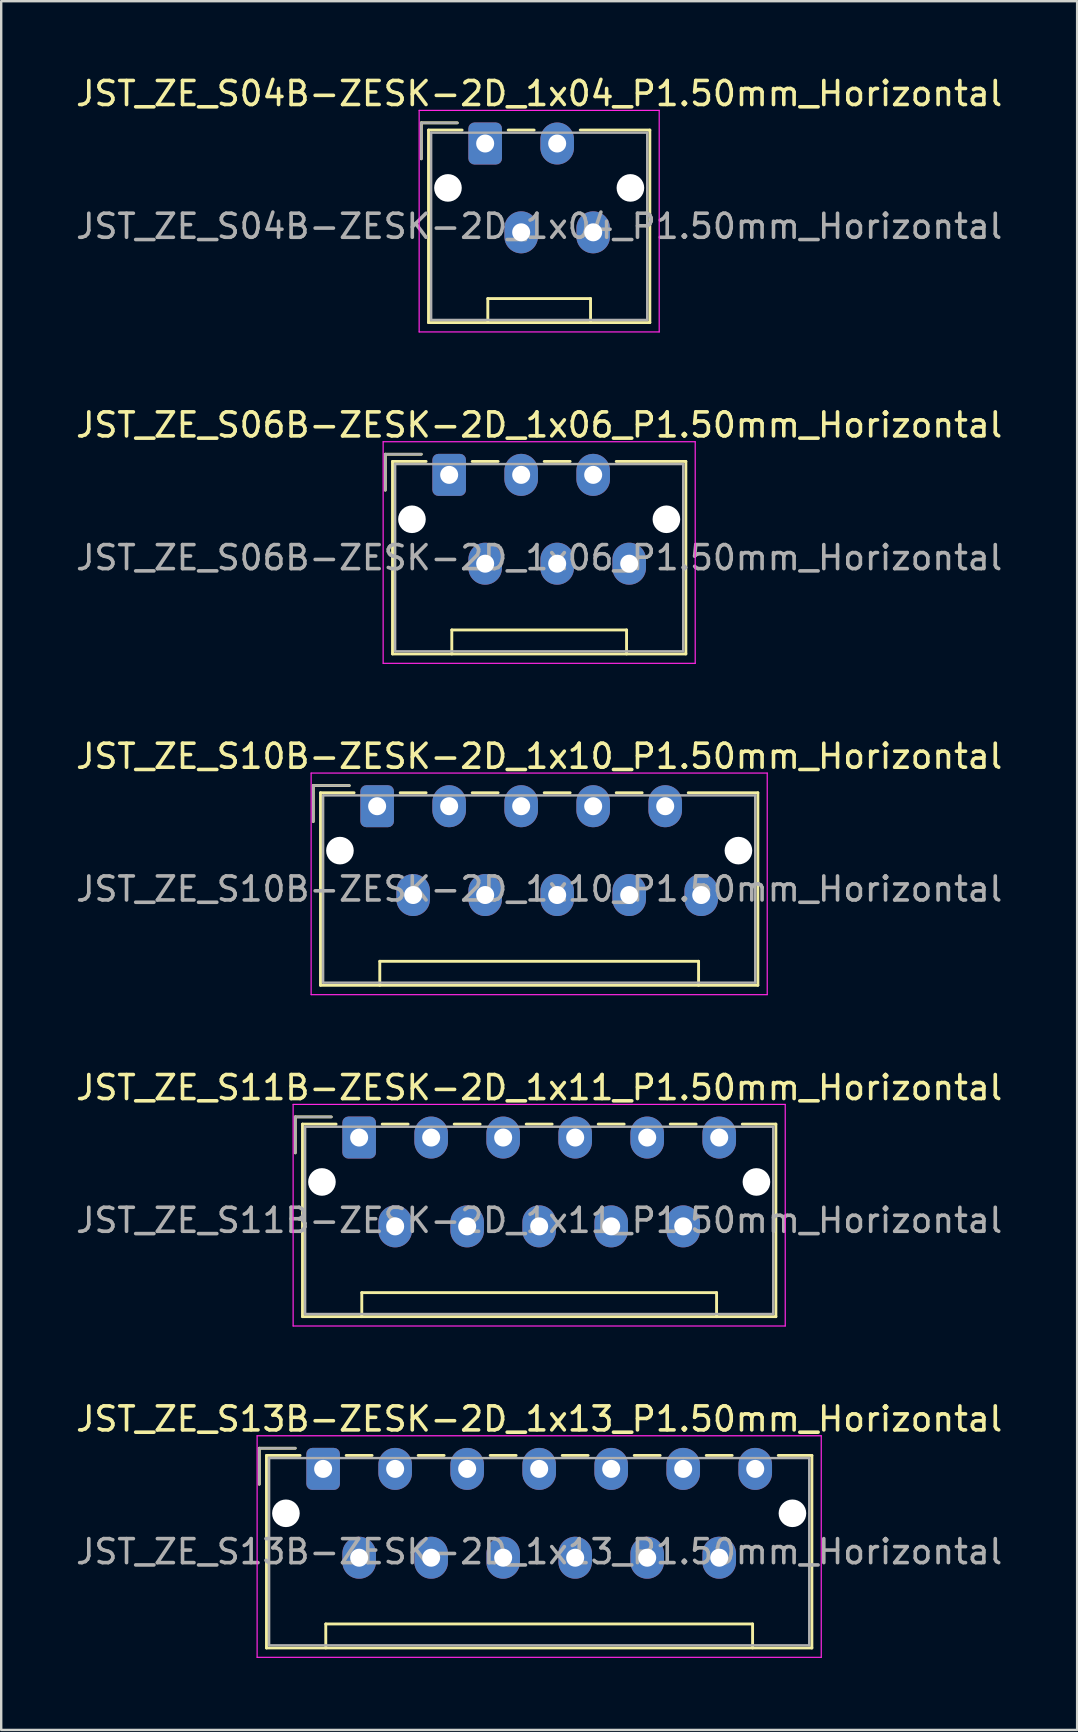
<source format=kicad_pcb>
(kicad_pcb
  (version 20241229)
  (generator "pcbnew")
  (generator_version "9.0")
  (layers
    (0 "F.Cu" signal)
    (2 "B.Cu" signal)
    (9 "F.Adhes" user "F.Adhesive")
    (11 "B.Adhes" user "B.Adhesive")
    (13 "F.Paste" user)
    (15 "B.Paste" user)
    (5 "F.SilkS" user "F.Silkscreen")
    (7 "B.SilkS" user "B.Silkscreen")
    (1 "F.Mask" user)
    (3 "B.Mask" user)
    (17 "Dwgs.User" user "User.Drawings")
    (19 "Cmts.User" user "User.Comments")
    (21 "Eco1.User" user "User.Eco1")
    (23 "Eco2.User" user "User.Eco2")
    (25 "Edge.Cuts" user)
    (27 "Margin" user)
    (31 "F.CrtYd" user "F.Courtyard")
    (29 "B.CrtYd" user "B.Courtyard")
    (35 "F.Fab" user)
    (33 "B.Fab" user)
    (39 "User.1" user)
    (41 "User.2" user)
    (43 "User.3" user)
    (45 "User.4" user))
  (footprint "JST_ZE_S13B-ZESK-2D_1x13_P1.50mm_Horizontal"
    (layer "F.Cu")
    (at 10.411 58.141)
    (property "Reference" "JST_ZE_S13B-ZESK-2D_1x13_P1.50mm_Horizontal" (at 9 -2.08 0) (layer "F.SilkS") (effects (font (size 1 1) (thickness 0.15))))
    (attr through_hole)
    (fp_line (start -2.66 -0.86) (end -1.16 -0.86) (stroke (width 0.12) (type solid)) (layer "F.SilkS"))
    (fp_line (start -2.66 0.64) (end -2.66 -0.86) (stroke (width 0.12) (type solid)) (layer "F.SilkS"))
    (fp_line (start -2.36 -0.56) (end -2.36 7.46) (stroke (width 0.12) (type solid)) (layer "F.SilkS"))
    (fp_line (start -2.36 7.46) (end 20.36 7.46) (stroke (width 0.12) (type solid)) (layer "F.SilkS"))
    (fp_line (start -0.96 -0.56) (end -2.36 -0.56) (stroke (width 0.12) (type solid)) (layer "F.SilkS"))
    (fp_line (start 0.11 6.46) (end 17.89 6.46) (stroke (width 0.12) (type solid)) (layer "F.SilkS"))
    (fp_line (start 0.11 7.46) (end 0.11 6.46) (stroke (width 0.12) (type solid)) (layer "F.SilkS"))
    (fp_line (start 0.96 -0.56) (end 2.04 -0.56) (stroke (width 0.12) (type solid)) (layer "F.SilkS"))
    (fp_line (start 3.96 -0.56) (end 5.04 -0.56) (stroke (width 0.12) (type solid)) (layer "F.SilkS"))
    (fp_line (start 6.96 -0.56) (end 8.04 -0.56) (stroke (width 0.12) (type solid)) (layer "F.SilkS"))
    (fp_line (start 9.96 -0.56) (end 11.04 -0.56) (stroke (width 0.12) (type solid)) (layer "F.SilkS"))
    (fp_line (start 12.96 -0.56) (end 14.04 -0.56) (stroke (width 0.12) (type solid)) (layer "F.SilkS"))
    (fp_line (start 15.96 -0.56) (end 17.04 -0.56) (stroke (width 0.12) (type solid)) (layer "F.SilkS"))
    (fp_line (start 17.89 6.46) (end 17.89 7.46) (stroke (width 0.12) (type solid)) (layer "F.SilkS"))
    (fp_line (start 20.36 -0.56) (end 18.96 -0.56) (stroke (width 0.12) (type solid)) (layer "F.SilkS"))
    (fp_line (start 20.36 7.46) (end 20.36 -0.56) (stroke (width 0.12) (type solid)) (layer "F.SilkS"))
    (fp_line (start -2.75 -1.38) (end -2.75 7.85) (stroke (width 0.05) (type solid)) (layer "F.CrtYd"))
    (fp_line (start -2.75 7.85) (end 20.75 7.85) (stroke (width 0.05) (type solid)) (layer "F.CrtYd"))
    (fp_line (start 20.75 -1.38) (end -2.75 -1.38) (stroke (width 0.05) (type solid)) (layer "F.CrtYd"))
    (fp_line (start 20.75 7.85) (end 20.75 -1.38) (stroke (width 0.05) (type solid)) (layer "F.CrtYd"))
    (fp_line (start -2.66 -0.86) (end -1.16 -0.86) (stroke (width 0.1) (type solid)) (layer "F.Fab"))
    (fp_line (start -2.66 0.64) (end -2.66 -0.86) (stroke (width 0.1) (type solid)) (layer "F.Fab"))
    (fp_line (start -2.25 -0.45) (end -2.25 7.35) (stroke (width 0.1) (type solid)) (layer "F.Fab"))
    (fp_line (start -2.25 7.35) (end 20.25 7.35) (stroke (width 0.1) (type solid)) (layer "F.Fab"))
    (fp_line (start 20.25 -0.45) (end -2.25 -0.45) (stroke (width 0.1) (type solid)) (layer "F.Fab"))
    (fp_line (start 20.25 7.35) (end 20.25 -0.45) (stroke (width 0.1) (type solid)) (layer "F.Fab"))
    (fp_text user "${REFERENCE}" (at 9 3.45 0) (layer "F.Fab") (effects (font (size 1 1) (thickness 0.15))))
    (pad "" np_thru_hole circle (at -1.55 1.85) (size 1.15 1.15) (drill 1.15) (layers "*.Cu" "*.Mask"))
    (pad "" np_thru_hole circle (at 19.55 1.85) (size 1.15 1.15) (drill 1.15) (layers "*.Cu" "*.Mask"))
    (pad "1" thru_hole roundrect (at 0 0) (size 1.4 1.75) (drill 0.75) (layers "*.Cu" "*.Mask") (roundrect_rratio 0.179))
    (pad "2" thru_hole oval (at 1.5 3.7) (size 1.4 1.75) (drill 0.75) (layers "*.Cu" "*.Mask"))
    (pad "3" thru_hole oval (at 3 0) (size 1.4 1.75) (drill 0.75) (layers "*.Cu" "*.Mask"))
    (pad "4" thru_hole oval (at 4.5 3.7) (size 1.4 1.75) (drill 0.75) (layers "*.Cu" "*.Mask"))
    (pad "5" thru_hole oval (at 6 0) (size 1.4 1.75) (drill 0.75) (layers "*.Cu" "*.Mask"))
    (pad "6" thru_hole oval (at 7.5 3.7) (size 1.4 1.75) (drill 0.75) (layers "*.Cu" "*.Mask"))
    (pad "7" thru_hole oval (at 9 0) (size 1.4 1.75) (drill 0.75) (layers "*.Cu" "*.Mask"))
    (pad "8" thru_hole oval (at 10.5 3.7) (size 1.4 1.75) (drill 0.75) (layers "*.Cu" "*.Mask"))
    (pad "9" thru_hole oval (at 12 0) (size 1.4 1.75) (drill 0.75) (layers "*.Cu" "*.Mask"))
    (pad "10" thru_hole oval (at 13.5 3.7) (size 1.4 1.75) (drill 0.75) (layers "*.Cu" "*.Mask"))
    (pad "11" thru_hole oval (at 15 0) (size 1.4 1.75) (drill 0.75) (layers "*.Cu" "*.Mask"))
    (pad "12" thru_hole oval (at 16.5 3.7) (size 1.4 1.75) (drill 0.75) (layers "*.Cu" "*.Mask"))
    (pad "13" thru_hole oval (at 18 0) (size 1.4 1.75) (drill 0.75) (layers "*.Cu" "*.Mask")))
  (footprint "JST_ZE_S11B-ZESK-2D_1x11_P1.50mm_Horizontal"
    (layer "F.Cu")
    (at 11.911 44.338)
    (property "Reference" "JST_ZE_S11B-ZESK-2D_1x11_P1.50mm_Horizontal" (at 7.5 -2.08 0) (layer "F.SilkS") (effects (font (size 1 1) (thickness 0.15))))
    (attr through_hole)
    (fp_line (start -2.66 -0.86) (end -1.16 -0.86) (stroke (width 0.12) (type solid)) (layer "F.SilkS"))
    (fp_line (start -2.66 0.64) (end -2.66 -0.86) (stroke (width 0.12) (type solid)) (layer "F.SilkS"))
    (fp_line (start -2.36 -0.56) (end -2.36 7.46) (stroke (width 0.12) (type solid)) (layer "F.SilkS"))
    (fp_line (start -2.36 7.46) (end 17.36 7.46) (stroke (width 0.12) (type solid)) (layer "F.SilkS"))
    (fp_line (start -0.96 -0.56) (end -2.36 -0.56) (stroke (width 0.12) (type solid)) (layer "F.SilkS"))
    (fp_line (start 0.11 6.46) (end 14.89 6.46) (stroke (width 0.12) (type solid)) (layer "F.SilkS"))
    (fp_line (start 0.11 7.46) (end 0.11 6.46) (stroke (width 0.12) (type solid)) (layer "F.SilkS"))
    (fp_line (start 0.96 -0.56) (end 2.04 -0.56) (stroke (width 0.12) (type solid)) (layer "F.SilkS"))
    (fp_line (start 3.96 -0.56) (end 5.04 -0.56) (stroke (width 0.12) (type solid)) (layer "F.SilkS"))
    (fp_line (start 6.96 -0.56) (end 8.04 -0.56) (stroke (width 0.12) (type solid)) (layer "F.SilkS"))
    (fp_line (start 9.96 -0.56) (end 11.04 -0.56) (stroke (width 0.12) (type solid)) (layer "F.SilkS"))
    (fp_line (start 12.96 -0.56) (end 14.04 -0.56) (stroke (width 0.12) (type solid)) (layer "F.SilkS"))
    (fp_line (start 14.89 6.46) (end 14.89 7.46) (stroke (width 0.12) (type solid)) (layer "F.SilkS"))
    (fp_line (start 17.36 -0.56) (end 15.96 -0.56) (stroke (width 0.12) (type solid)) (layer "F.SilkS"))
    (fp_line (start 17.36 7.46) (end 17.36 -0.56) (stroke (width 0.12) (type solid)) (layer "F.SilkS"))
    (fp_line (start -2.75 -1.38) (end -2.75 7.85) (stroke (width 0.05) (type solid)) (layer "F.CrtYd"))
    (fp_line (start -2.75 7.85) (end 17.75 7.85) (stroke (width 0.05) (type solid)) (layer "F.CrtYd"))
    (fp_line (start 17.75 -1.38) (end -2.75 -1.38) (stroke (width 0.05) (type solid)) (layer "F.CrtYd"))
    (fp_line (start 17.75 7.85) (end 17.75 -1.38) (stroke (width 0.05) (type solid)) (layer "F.CrtYd"))
    (fp_line (start -2.66 -0.86) (end -1.16 -0.86) (stroke (width 0.1) (type solid)) (layer "F.Fab"))
    (fp_line (start -2.66 0.64) (end -2.66 -0.86) (stroke (width 0.1) (type solid)) (layer "F.Fab"))
    (fp_line (start -2.25 -0.45) (end -2.25 7.35) (stroke (width 0.1) (type solid)) (layer "F.Fab"))
    (fp_line (start -2.25 7.35) (end 17.25 7.35) (stroke (width 0.1) (type solid)) (layer "F.Fab"))
    (fp_line (start 17.25 -0.45) (end -2.25 -0.45) (stroke (width 0.1) (type solid)) (layer "F.Fab"))
    (fp_line (start 17.25 7.35) (end 17.25 -0.45) (stroke (width 0.1) (type solid)) (layer "F.Fab"))
    (fp_text user "${REFERENCE}" (at 7.5 3.45 0) (layer "F.Fab") (effects (font (size 1 1) (thickness 0.15))))
    (pad "" np_thru_hole circle (at -1.55 1.85) (size 1.15 1.15) (drill 1.15) (layers "*.Cu" "*.Mask"))
    (pad "" np_thru_hole circle (at 16.55 1.85) (size 1.15 1.15) (drill 1.15) (layers "*.Cu" "*.Mask"))
    (pad "1" thru_hole roundrect (at 0 0) (size 1.4 1.75) (drill 0.75) (layers "*.Cu" "*.Mask") (roundrect_rratio 0.179))
    (pad "2" thru_hole oval (at 1.5 3.7) (size 1.4 1.75) (drill 0.75) (layers "*.Cu" "*.Mask"))
    (pad "3" thru_hole oval (at 3 0) (size 1.4 1.75) (drill 0.75) (layers "*.Cu" "*.Mask"))
    (pad "4" thru_hole oval (at 4.5 3.7) (size 1.4 1.75) (drill 0.75) (layers "*.Cu" "*.Mask"))
    (pad "5" thru_hole oval (at 6 0) (size 1.4 1.75) (drill 0.75) (layers "*.Cu" "*.Mask"))
    (pad "6" thru_hole oval (at 7.5 3.7) (size 1.4 1.75) (drill 0.75) (layers "*.Cu" "*.Mask"))
    (pad "7" thru_hole oval (at 9 0) (size 1.4 1.75) (drill 0.75) (layers "*.Cu" "*.Mask"))
    (pad "8" thru_hole oval (at 10.5 3.7) (size 1.4 1.75) (drill 0.75) (layers "*.Cu" "*.Mask"))
    (pad "9" thru_hole oval (at 12 0) (size 1.4 1.75) (drill 0.75) (layers "*.Cu" "*.Mask"))
    (pad "10" thru_hole oval (at 13.5 3.7) (size 1.4 1.75) (drill 0.75) (layers "*.Cu" "*.Mask"))
    (pad "11" thru_hole oval (at 15 0) (size 1.4 1.75) (drill 0.75) (layers "*.Cu" "*.Mask")))
  (footprint "JST_ZE_S06B-ZESK-2D_1x06_P1.50mm_Horizontal"
    (layer "F.Cu")
    (at 15.661 16.732)
    (property "Reference" "JST_ZE_S06B-ZESK-2D_1x06_P1.50mm_Horizontal" (at 3.75 -2.08 0) (layer "F.SilkS") (effects (font (size 1 1) (thickness 0.15))))
    (attr through_hole)
    (fp_line (start -2.66 -0.86) (end -1.16 -0.86) (stroke (width 0.12) (type solid)) (layer "F.SilkS"))
    (fp_line (start -2.66 0.64) (end -2.66 -0.86) (stroke (width 0.12) (type solid)) (layer "F.SilkS"))
    (fp_line (start -2.36 -0.56) (end -2.36 7.46) (stroke (width 0.12) (type solid)) (layer "F.SilkS"))
    (fp_line (start -2.36 7.46) (end 9.86 7.46) (stroke (width 0.12) (type solid)) (layer "F.SilkS"))
    (fp_line (start -0.96 -0.56) (end -2.36 -0.56) (stroke (width 0.12) (type solid)) (layer "F.SilkS"))
    (fp_line (start 0.11 6.46) (end 7.39 6.46) (stroke (width 0.12) (type solid)) (layer "F.SilkS"))
    (fp_line (start 0.11 7.46) (end 0.11 6.46) (stroke (width 0.12) (type solid)) (layer "F.SilkS"))
    (fp_line (start 0.96 -0.56) (end 2.04 -0.56) (stroke (width 0.12) (type solid)) (layer "F.SilkS"))
    (fp_line (start 3.96 -0.56) (end 5.04 -0.56) (stroke (width 0.12) (type solid)) (layer "F.SilkS"))
    (fp_line (start 7.39 6.46) (end 7.39 7.46) (stroke (width 0.12) (type solid)) (layer "F.SilkS"))
    (fp_line (start 9.86 -0.56) (end 6.96 -0.56) (stroke (width 0.12) (type solid)) (layer "F.SilkS"))
    (fp_line (start 9.86 7.46) (end 9.86 -0.56) (stroke (width 0.12) (type solid)) (layer "F.SilkS"))
    (fp_line (start -2.75 -1.38) (end -2.75 7.85) (stroke (width 0.05) (type solid)) (layer "F.CrtYd"))
    (fp_line (start -2.75 7.85) (end 10.25 7.85) (stroke (width 0.05) (type solid)) (layer "F.CrtYd"))
    (fp_line (start 10.25 -1.38) (end -2.75 -1.38) (stroke (width 0.05) (type solid)) (layer "F.CrtYd"))
    (fp_line (start 10.25 7.85) (end 10.25 -1.38) (stroke (width 0.05) (type solid)) (layer "F.CrtYd"))
    (fp_line (start -2.66 -0.86) (end -1.16 -0.86) (stroke (width 0.1) (type solid)) (layer "F.Fab"))
    (fp_line (start -2.66 0.64) (end -2.66 -0.86) (stroke (width 0.1) (type solid)) (layer "F.Fab"))
    (fp_line (start -2.25 -0.45) (end -2.25 7.35) (stroke (width 0.1) (type solid)) (layer "F.Fab"))
    (fp_line (start -2.25 7.35) (end 9.75 7.35) (stroke (width 0.1) (type solid)) (layer "F.Fab"))
    (fp_line (start 9.75 -0.45) (end -2.25 -0.45) (stroke (width 0.1) (type solid)) (layer "F.Fab"))
    (fp_line (start 9.75 7.35) (end 9.75 -0.45) (stroke (width 0.1) (type solid)) (layer "F.Fab"))
    (fp_text user "${REFERENCE}" (at 3.75 3.45 0) (layer "F.Fab") (effects (font (size 1 1) (thickness 0.15))))
    (pad "" np_thru_hole circle (at -1.55 1.85) (size 1.15 1.15) (drill 1.15) (layers "*.Cu" "*.Mask"))
    (pad "" np_thru_hole circle (at 9.05 1.85) (size 1.15 1.15) (drill 1.15) (layers "*.Cu" "*.Mask"))
    (pad "1" thru_hole roundrect (at 0 0) (size 1.4 1.75) (drill 0.75) (layers "*.Cu" "*.Mask") (roundrect_rratio 0.179))
    (pad "2" thru_hole oval (at 1.5 3.7) (size 1.4 1.75) (drill 0.75) (layers "*.Cu" "*.Mask"))
    (pad "3" thru_hole oval (at 3 0) (size 1.4 1.75) (drill 0.75) (layers "*.Cu" "*.Mask"))
    (pad "4" thru_hole oval (at 4.5 3.7) (size 1.4 1.75) (drill 0.75) (layers "*.Cu" "*.Mask"))
    (pad "5" thru_hole oval (at 6 0) (size 1.4 1.75) (drill 0.75) (layers "*.Cu" "*.Mask"))
    (pad "6" thru_hole oval (at 7.5 3.7) (size 1.4 1.75) (drill 0.75) (layers "*.Cu" "*.Mask")))
  (footprint "JST_ZE_S10B-ZESK-2D_1x10_P1.50mm_Horizontal"
    (layer "F.Cu")
    (at 12.661 30.535)
    (property "Reference" "JST_ZE_S10B-ZESK-2D_1x10_P1.50mm_Horizontal" (at 6.75 -2.08 0) (layer "F.SilkS") (effects (font (size 1 1) (thickness 0.15))))
    (attr through_hole)
    (fp_line (start -2.66 -0.86) (end -1.16 -0.86) (stroke (width 0.12) (type solid)) (layer "F.SilkS"))
    (fp_line (start -2.66 0.64) (end -2.66 -0.86) (stroke (width 0.12) (type solid)) (layer "F.SilkS"))
    (fp_line (start -2.36 -0.56) (end -2.36 7.46) (stroke (width 0.12) (type solid)) (layer "F.SilkS"))
    (fp_line (start -2.36 7.46) (end 15.86 7.46) (stroke (width 0.12) (type solid)) (layer "F.SilkS"))
    (fp_line (start -0.96 -0.56) (end -2.36 -0.56) (stroke (width 0.12) (type solid)) (layer "F.SilkS"))
    (fp_line (start 0.11 6.46) (end 13.39 6.46) (stroke (width 0.12) (type solid)) (layer "F.SilkS"))
    (fp_line (start 0.11 7.46) (end 0.11 6.46) (stroke (width 0.12) (type solid)) (layer "F.SilkS"))
    (fp_line (start 0.96 -0.56) (end 2.04 -0.56) (stroke (width 0.12) (type solid)) (layer "F.SilkS"))
    (fp_line (start 3.96 -0.56) (end 5.04 -0.56) (stroke (width 0.12) (type solid)) (layer "F.SilkS"))
    (fp_line (start 6.96 -0.56) (end 8.04 -0.56) (stroke (width 0.12) (type solid)) (layer "F.SilkS"))
    (fp_line (start 9.96 -0.56) (end 11.04 -0.56) (stroke (width 0.12) (type solid)) (layer "F.SilkS"))
    (fp_line (start 13.39 6.46) (end 13.39 7.46) (stroke (width 0.12) (type solid)) (layer "F.SilkS"))
    (fp_line (start 15.86 -0.56) (end 12.96 -0.56) (stroke (width 0.12) (type solid)) (layer "F.SilkS"))
    (fp_line (start 15.86 7.46) (end 15.86 -0.56) (stroke (width 0.12) (type solid)) (layer "F.SilkS"))
    (fp_line (start -2.75 -1.38) (end -2.75 7.85) (stroke (width 0.05) (type solid)) (layer "F.CrtYd"))
    (fp_line (start -2.75 7.85) (end 16.25 7.85) (stroke (width 0.05) (type solid)) (layer "F.CrtYd"))
    (fp_line (start 16.25 -1.38) (end -2.75 -1.38) (stroke (width 0.05) (type solid)) (layer "F.CrtYd"))
    (fp_line (start 16.25 7.85) (end 16.25 -1.38) (stroke (width 0.05) (type solid)) (layer "F.CrtYd"))
    (fp_line (start -2.66 -0.86) (end -1.16 -0.86) (stroke (width 0.1) (type solid)) (layer "F.Fab"))
    (fp_line (start -2.66 0.64) (end -2.66 -0.86) (stroke (width 0.1) (type solid)) (layer "F.Fab"))
    (fp_line (start -2.25 -0.45) (end -2.25 7.35) (stroke (width 0.1) (type solid)) (layer "F.Fab"))
    (fp_line (start -2.25 7.35) (end 15.75 7.35) (stroke (width 0.1) (type solid)) (layer "F.Fab"))
    (fp_line (start 15.75 -0.45) (end -2.25 -0.45) (stroke (width 0.1) (type solid)) (layer "F.Fab"))
    (fp_line (start 15.75 7.35) (end 15.75 -0.45) (stroke (width 0.1) (type solid)) (layer "F.Fab"))
    (fp_text user "${REFERENCE}" (at 6.75 3.45 0) (layer "F.Fab") (effects (font (size 1 1) (thickness 0.15))))
    (pad "" np_thru_hole circle (at -1.55 1.85) (size 1.15 1.15) (drill 1.15) (layers "*.Cu" "*.Mask"))
    (pad "" np_thru_hole circle (at 15.05 1.85) (size 1.15 1.15) (drill 1.15) (layers "*.Cu" "*.Mask"))
    (pad "1" thru_hole roundrect (at 0 0) (size 1.4 1.75) (drill 0.75) (layers "*.Cu" "*.Mask") (roundrect_rratio 0.179))
    (pad "2" thru_hole oval (at 1.5 3.7) (size 1.4 1.75) (drill 0.75) (layers "*.Cu" "*.Mask"))
    (pad "3" thru_hole oval (at 3 0) (size 1.4 1.75) (drill 0.75) (layers "*.Cu" "*.Mask"))
    (pad "4" thru_hole oval (at 4.5 3.7) (size 1.4 1.75) (drill 0.75) (layers "*.Cu" "*.Mask"))
    (pad "5" thru_hole oval (at 6 0) (size 1.4 1.75) (drill 0.75) (layers "*.Cu" "*.Mask"))
    (pad "6" thru_hole oval (at 7.5 3.7) (size 1.4 1.75) (drill 0.75) (layers "*.Cu" "*.Mask"))
    (pad "7" thru_hole oval (at 9 0) (size 1.4 1.75) (drill 0.75) (layers "*.Cu" "*.Mask"))
    (pad "8" thru_hole oval (at 10.5 3.7) (size 1.4 1.75) (drill 0.75) (layers "*.Cu" "*.Mask"))
    (pad "9" thru_hole oval (at 12 0) (size 1.4 1.75) (drill 0.75) (layers "*.Cu" "*.Mask"))
    (pad "10" thru_hole oval (at 13.5 3.7) (size 1.4 1.75) (drill 0.75) (layers "*.Cu" "*.Mask")))
  (footprint "JST_ZE_S04B-ZESK-2D_1x04_P1.50mm_Horizontal"
    (layer "F.Cu")
    (at 17.161 2.928)
    (property "Reference" "JST_ZE_S04B-ZESK-2D_1x04_P1.50mm_Horizontal" (at 2.25 -2.08 0) (layer "F.SilkS") (effects (font (size 1 1) (thickness 0.15))))
    (attr through_hole)
    (fp_line (start -2.66 -0.86) (end -1.16 -0.86) (stroke (width 0.12) (type solid)) (layer "F.SilkS"))
    (fp_line (start -2.66 0.64) (end -2.66 -0.86) (stroke (width 0.12) (type solid)) (layer "F.SilkS"))
    (fp_line (start -2.36 -0.56) (end -2.36 7.46) (stroke (width 0.12) (type solid)) (layer "F.SilkS"))
    (fp_line (start -2.36 7.46) (end 6.86 7.46) (stroke (width 0.12) (type solid)) (layer "F.SilkS"))
    (fp_line (start -0.96 -0.56) (end -2.36 -0.56) (stroke (width 0.12) (type solid)) (layer "F.SilkS"))
    (fp_line (start 0.11 6.46) (end 4.39 6.46) (stroke (width 0.12) (type solid)) (layer "F.SilkS"))
    (fp_line (start 0.11 7.46) (end 0.11 6.46) (stroke (width 0.12) (type solid)) (layer "F.SilkS"))
    (fp_line (start 0.96 -0.56) (end 2.04 -0.56) (stroke (width 0.12) (type solid)) (layer "F.SilkS"))
    (fp_line (start 4.39 6.46) (end 4.39 7.46) (stroke (width 0.12) (type solid)) (layer "F.SilkS"))
    (fp_line (start 6.86 -0.56) (end 3.96 -0.56) (stroke (width 0.12) (type solid)) (layer "F.SilkS"))
    (fp_line (start 6.86 7.46) (end 6.86 -0.56) (stroke (width 0.12) (type solid)) (layer "F.SilkS"))
    (fp_line (start -2.75 -1.38) (end -2.75 7.85) (stroke (width 0.05) (type solid)) (layer "F.CrtYd"))
    (fp_line (start -2.75 7.85) (end 7.25 7.85) (stroke (width 0.05) (type solid)) (layer "F.CrtYd"))
    (fp_line (start 7.25 -1.38) (end -2.75 -1.38) (stroke (width 0.05) (type solid)) (layer "F.CrtYd"))
    (fp_line (start 7.25 7.85) (end 7.25 -1.38) (stroke (width 0.05) (type solid)) (layer "F.CrtYd"))
    (fp_line (start -2.66 -0.86) (end -1.16 -0.86) (stroke (width 0.1) (type solid)) (layer "F.Fab"))
    (fp_line (start -2.66 0.64) (end -2.66 -0.86) (stroke (width 0.1) (type solid)) (layer "F.Fab"))
    (fp_line (start -2.25 -0.45) (end -2.25 7.35) (stroke (width 0.1) (type solid)) (layer "F.Fab"))
    (fp_line (start -2.25 7.35) (end 6.75 7.35) (stroke (width 0.1) (type solid)) (layer "F.Fab"))
    (fp_line (start 6.75 -0.45) (end -2.25 -0.45) (stroke (width 0.1) (type solid)) (layer "F.Fab"))
    (fp_line (start 6.75 7.35) (end 6.75 -0.45) (stroke (width 0.1) (type solid)) (layer "F.Fab"))
    (fp_text user "${REFERENCE}" (at 2.25 3.45 0) (layer "F.Fab") (effects (font (size 1 1) (thickness 0.15))))
    (pad "" np_thru_hole circle (at -1.55 1.85) (size 1.15 1.15) (drill 1.15) (layers "*.Cu" "*.Mask"))
    (pad "" np_thru_hole circle (at 6.05 1.85) (size 1.15 1.15) (drill 1.15) (layers "*.Cu" "*.Mask"))
    (pad "1" thru_hole roundrect (at 0 0) (size 1.4 1.75) (drill 0.75) (layers "*.Cu" "*.Mask") (roundrect_rratio 0.179))
    (pad "2" thru_hole oval (at 1.5 3.7) (size 1.4 1.75) (drill 0.75) (layers "*.Cu" "*.Mask"))
    (pad "3" thru_hole oval (at 3 0) (size 1.4 1.75) (drill 0.75) (layers "*.Cu" "*.Mask"))
    (pad "4" thru_hole oval (at 4.5 3.7) (size 1.4 1.75) (drill 0.75) (layers "*.Cu" "*.Mask")))
  (gr_rect
    (start -3 -3)
    (end 41.821 69.016)
    (stroke (width 0.1) (type default))
    (fill no)
    (layer "Edge.Cuts")))
</source>
